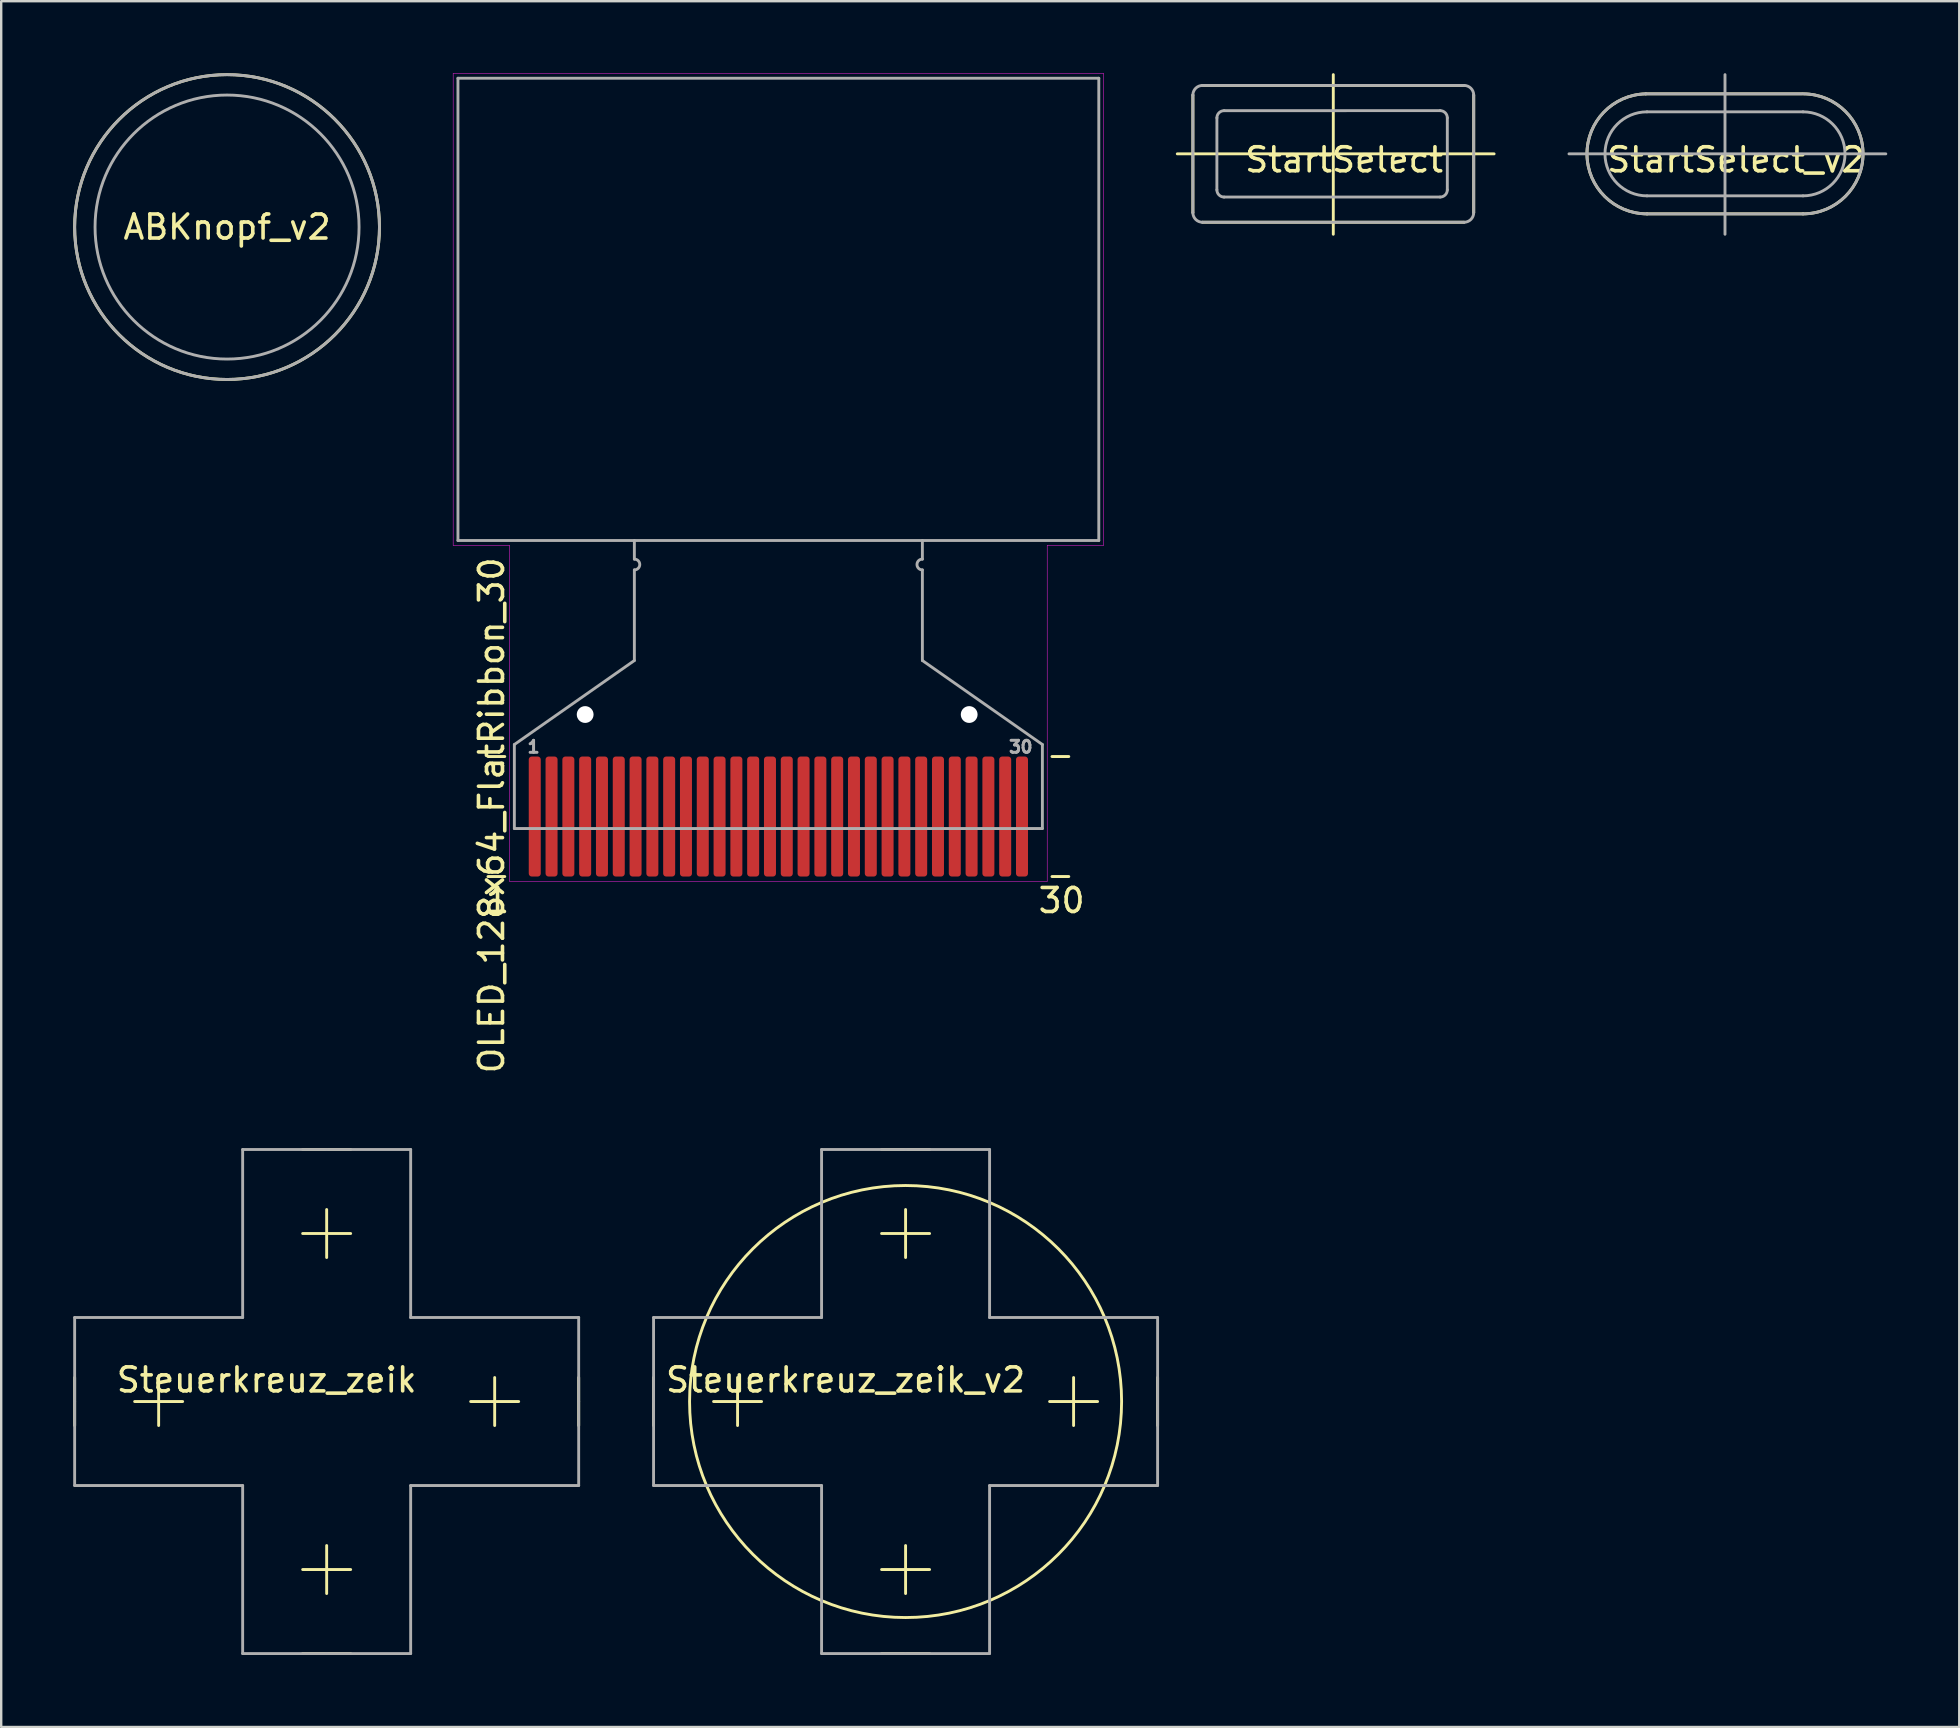
<source format=kicad_pcb>
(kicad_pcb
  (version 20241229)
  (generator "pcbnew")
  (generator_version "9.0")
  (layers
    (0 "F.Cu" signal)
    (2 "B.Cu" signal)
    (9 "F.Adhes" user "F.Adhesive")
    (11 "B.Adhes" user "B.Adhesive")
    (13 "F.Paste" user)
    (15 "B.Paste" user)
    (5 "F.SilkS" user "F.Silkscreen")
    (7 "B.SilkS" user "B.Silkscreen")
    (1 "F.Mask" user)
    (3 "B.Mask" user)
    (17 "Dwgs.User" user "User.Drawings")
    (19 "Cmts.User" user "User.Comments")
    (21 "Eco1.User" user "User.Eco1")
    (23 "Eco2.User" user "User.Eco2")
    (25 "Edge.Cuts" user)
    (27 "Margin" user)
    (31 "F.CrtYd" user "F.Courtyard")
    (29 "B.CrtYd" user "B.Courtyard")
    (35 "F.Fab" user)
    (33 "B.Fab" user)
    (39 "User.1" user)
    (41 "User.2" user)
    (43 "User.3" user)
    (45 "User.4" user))
  (footprint "Steuerkreuz_zeik"
    (layer "F.Cu")
    (at 10.56 55.343)
    (property "Reference" "Steuerkreuz_zeik" (at -2.5 -0.9 0) (layer "F.SilkS") (effects (font (size 1 1) (thickness 0.15))))
    (attr through_hole)
    (fp_line (start -10.5 1) (end -10.5 -1) (stroke (width 0.12) (type solid)) (layer "F.SilkS"))
    (fp_line (start -8 0) (end -6 0) (stroke (width 0.12) (type solid)) (layer "F.SilkS"))
    (fp_line (start -7 -1) (end -7 1) (stroke (width 0.12) (type solid)) (layer "F.SilkS"))
    (fp_line (start -1 -10.5) (end 1 -10.5) (stroke (width 0.12) (type solid)) (layer "F.SilkS"))
    (fp_line (start -1 7) (end 1 7) (stroke (width 0.12) (type solid)) (layer "F.SilkS"))
    (fp_line (start 0 -8) (end 0 -6) (stroke (width 0.12) (type solid)) (layer "F.SilkS"))
    (fp_line (start 0 8) (end 0 6) (stroke (width 0.12) (type solid)) (layer "F.SilkS"))
    (fp_line (start 1 -7) (end -1 -7) (stroke (width 0.12) (type solid)) (layer "F.SilkS"))
    (fp_line (start 1 10.5) (end -1 10.5) (stroke (width 0.12) (type solid)) (layer "F.SilkS"))
    (fp_line (start 7 1) (end 7 -1) (stroke (width 0.12) (type solid)) (layer "F.SilkS"))
    (fp_line (start 8 0) (end 6 0) (stroke (width 0.12) (type solid)) (layer "F.SilkS"))
    (fp_line (start 10.5 -1) (end 10.5 1) (stroke (width 0.12) (type solid)) (layer "F.SilkS"))
    (fp_line (start -10.5 -3.5) (end -10.5 0) (stroke (width 0.12) (type solid)) (layer "F.Fab"))
    (fp_line (start -10.5 -3.5) (end -3.5 -3.5) (stroke (width 0.12) (type solid)) (layer "F.Fab"))
    (fp_line (start -10.5 3.5) (end -10.5 0) (stroke (width 0.12) (type solid)) (layer "F.Fab"))
    (fp_line (start -3.5 -10.5) (end 0 -10.5) (stroke (width 0.12) (type solid)) (layer "F.Fab"))
    (fp_line (start -3.5 -3.5) (end -3.5 -10.5) (stroke (width 0.12) (type solid)) (layer "F.Fab"))
    (fp_line (start -3.5 3.5) (end -10.5 3.5) (stroke (width 0.12) (type solid)) (layer "F.Fab"))
    (fp_line (start -3.5 10.5) (end -3.5 3.5) (stroke (width 0.12) (type solid)) (layer "F.Fab"))
    (fp_line (start -3.5 10.5) (end 0 10.5) (stroke (width 0.12) (type solid)) (layer "F.Fab"))
    (fp_line (start 3.5 -10.5) (end 0 -10.5) (stroke (width 0.12) (type solid)) (layer "F.Fab"))
    (fp_line (start 3.5 -10.5) (end 3.5 -3.5) (stroke (width 0.12) (type solid)) (layer "F.Fab"))
    (fp_line (start 3.5 -3.5) (end 10.5 -3.5) (stroke (width 0.12) (type solid)) (layer "F.Fab"))
    (fp_line (start 3.5 3.5) (end 3.5 10.5) (stroke (width 0.12) (type solid)) (layer "F.Fab"))
    (fp_line (start 3.5 10.5) (end 0 10.5) (stroke (width 0.12) (type solid)) (layer "F.Fab"))
    (fp_line (start 10.5 -3.5) (end 10.5 0) (stroke (width 0.12) (type solid)) (layer "F.Fab"))
    (fp_line (start 10.5 3.5) (end 3.5 3.5) (stroke (width 0.12) (type solid)) (layer "F.Fab"))
    (fp_line (start 10.5 3.5) (end 10.5 0) (stroke (width 0.12) (type solid)) (layer "F.Fab")))
  (footprint "OLED_128x64_FlatRibbon_30"
    (layer "F.Cu")
    (at 29.38 31.47)
    (property "Reference" "OLED_128x64_FlatRibbon_30" (at -11.95 -0.55 90) (layer "F.SilkS") (effects (font (size 1 1) (thickness 0.15))))
    (attr smd)
    (fp_line (start -12.1 -3) (end -11.4 -3) (stroke (width 0.12) (type solid)) (layer "F.SilkS"))
    (fp_line (start -12.1 2) (end -11.4 2) (stroke (width 0.12) (type solid)) (layer "F.SilkS"))
    (fp_line (start 11.4 -3) (end 12.1 -3) (stroke (width 0.12) (type solid)) (layer "F.SilkS"))
    (fp_line (start 11.4 2) (end 12.1 2) (stroke (width 0.12) (type solid)) (layer "F.SilkS"))
    (fp_line (start -13.55 -31.46) (end 13.55 -31.46) (stroke (width 0.02) (type solid)) (layer "F.CrtYd"))
    (fp_line (start -13.55 -11.8) (end -13.55 -31.46) (stroke (width 0.02) (type solid)) (layer "F.CrtYd"))
    (fp_line (start -11.2 -11.8) (end -13.55 -11.8) (stroke (width 0.02) (type solid)) (layer "F.CrtYd"))
    (fp_line (start -11.2 2.2) (end -11.2 -11.8) (stroke (width 0.02) (type solid)) (layer "F.CrtYd"))
    (fp_line (start 11.2 -11.8) (end 11.2 2.2) (stroke (width 0.02) (type solid)) (layer "F.CrtYd"))
    (fp_line (start 11.2 2.2) (end -11.2 2.2) (stroke (width 0.02) (type solid)) (layer "F.CrtYd"))
    (fp_line (start 13.55 -11.8) (end 11.2 -11.8) (stroke (width 0.02) (type solid)) (layer "F.CrtYd"))
    (fp_line (start 13.55 -11.8) (end 13.55 -31.46) (stroke (width 0.02) (type solid)) (layer "F.CrtYd"))
    (fp_line (start -13.35 -31.26) (end 13.35 -31.26) (stroke (width 0.12) (type solid)) (layer "F.Fab"))
    (fp_line (start -13.35 -12) (end -13.35 -31.26) (stroke (width 0.12) (type solid)) (layer "F.Fab"))
    (fp_line (start -13.35 -12) (end 13.35 -12) (stroke (width 0.12) (type solid)) (layer "F.Fab"))
    (fp_line (start -11 -3.5) (end -6 -7) (stroke (width 0.12) (type solid)) (layer "F.Fab"))
    (fp_line (start -11 0) (end -11 -3.5) (stroke (width 0.12) (type solid)) (layer "F.Fab"))
    (fp_line (start -6 -11.224) (end -6 -12) (stroke (width 0.12) (type solid)) (layer "F.Fab"))
    (fp_line (start -6 -7) (end -6 -10.776) (stroke (width 0.12) (type solid)) (layer "F.Fab"))
    (fp_line (start 6 -11.224) (end 6 -12) (stroke (width 0.12) (type solid)) (layer "F.Fab"))
    (fp_line (start 6 -7) (end 6 -10.776) (stroke (width 0.12) (type solid)) (layer "F.Fab"))
    (fp_line (start 11 -3.5) (end 6 -7) (stroke (width 0.12) (type solid)) (layer "F.Fab"))
    (fp_line (start 11 0) (end -11 0) (stroke (width 0.12) (type solid)) (layer "F.Fab"))
    (fp_line (start 11 0) (end 11 -3.5) (stroke (width 0.12) (type solid)) (layer "F.Fab"))
    (fp_line (start 13.35 -12) (end 13.35 -31.26) (stroke (width 0.12) (type solid)) (layer "F.Fab"))
    (fp_arc (start -6 -11.225) (mid -5.775 -11) (end -6 -10.775) (stroke (width 0.12) (type solid)) (layer "F.Fab"))
    (fp_arc (start 6 -10.775) (mid 5.775 -11) (end 6 -11.225) (stroke (width 0.12) (type solid)) (layer "F.Fab"))
    (fp_text user "1" (at -11.7 3 0) (layer "F.SilkS") (effects (font (size 1 1) (thickness 0.15))))
    (fp_text user "30" (at 11.8 3 0) (layer "F.SilkS") (effects (font (size 1 1) (thickness 0.15))))
    (fp_text user "1" (at -10.2 -3.4 0) (layer "F.Fab") (effects (font (size 0.5 0.5) (thickness 0.125))))
    (fp_text user "30" (at 10.1 -3.4 0) (layer "F.Fab") (effects (font (size 0.5 0.5) (thickness 0.125))))
    (pad "" np_thru_hole circle (at -8.05 -4.75) (size 0.7 0.7) (drill 0.7) (layers "*.Cu" "*.Mask"))
    (pad "" np_thru_hole circle (at 7.95 -4.75) (size 0.7 0.7) (drill 0.7) (layers "*.Cu" "*.Mask"))
    (pad "1" smd roundrect (at -10.15 -0.5) (size 0.5 5) (layers "F.Cu" "F.Mask" "F.Paste") (roundrect_rratio 0.25))
    (pad "2" smd roundrect (at -9.45 -0.5) (size 0.5 5) (layers "F.Cu" "F.Mask" "F.Paste") (roundrect_rratio 0.25))
    (pad "3" smd roundrect (at -8.75 -0.5) (size 0.5 5) (layers "F.Cu" "F.Mask" "F.Paste") (roundrect_rratio 0.25))
    (pad "4" smd roundrect (at -8.05 -0.5) (size 0.5 5) (layers "F.Cu" "F.Mask" "F.Paste") (roundrect_rratio 0.25))
    (pad "5" smd roundrect (at -7.35 -0.5) (size 0.5 5) (layers "F.Cu" "F.Mask" "F.Paste") (roundrect_rratio 0.25))
    (pad "6" smd roundrect (at -6.65 -0.5) (size 0.5 5) (layers "F.Cu" "F.Mask" "F.Paste") (roundrect_rratio 0.25))
    (pad "7" smd roundrect (at -5.95 -0.5) (size 0.5 5) (layers "F.Cu" "F.Mask" "F.Paste") (roundrect_rratio 0.25))
    (pad "8" smd roundrect (at -5.25 -0.5) (size 0.5 5) (layers "F.Cu" "F.Mask" "F.Paste") (roundrect_rratio 0.25))
    (pad "9" smd roundrect (at -4.55 -0.5) (size 0.5 5) (layers "F.Cu" "F.Mask" "F.Paste") (roundrect_rratio 0.25))
    (pad "10" smd roundrect (at -3.85 -0.5) (size 0.5 5) (layers "F.Cu" "F.Mask" "F.Paste") (roundrect_rratio 0.25))
    (pad "11" smd roundrect (at -3.15 -0.5) (size 0.5 5) (layers "F.Cu" "F.Mask" "F.Paste") (roundrect_rratio 0.25))
    (pad "12" smd roundrect (at -2.45 -0.5) (size 0.5 5) (layers "F.Cu" "F.Mask" "F.Paste") (roundrect_rratio 0.25))
    (pad "13" smd roundrect (at -1.75 -0.5) (size 0.5 5) (layers "F.Cu" "F.Mask" "F.Paste") (roundrect_rratio 0.25))
    (pad "14" smd roundrect (at -1.05 -0.5) (size 0.5 5) (layers "F.Cu" "F.Mask" "F.Paste") (roundrect_rratio 0.25))
    (pad "15" smd roundrect (at -0.35 -0.5) (size 0.5 5) (layers "F.Cu" "F.Mask" "F.Paste") (roundrect_rratio 0.25))
    (pad "16" smd roundrect (at 0.35 -0.5) (size 0.5 5) (layers "F.Cu" "F.Mask" "F.Paste") (roundrect_rratio 0.25))
    (pad "17" smd roundrect (at 1.05 -0.5) (size 0.5 5) (layers "F.Cu" "F.Mask" "F.Paste") (roundrect_rratio 0.25))
    (pad "18" smd roundrect (at 1.75 -0.5) (size 0.5 5) (layers "F.Cu" "F.Mask" "F.Paste") (roundrect_rratio 0.25))
    (pad "19" smd roundrect (at 2.45 -0.5) (size 0.5 5) (layers "F.Cu" "F.Mask" "F.Paste") (roundrect_rratio 0.25))
    (pad "20" smd roundrect (at 3.15 -0.5) (size 0.5 5) (layers "F.Cu" "F.Mask" "F.Paste") (roundrect_rratio 0.25))
    (pad "21" smd roundrect (at 3.85 -0.5) (size 0.5 5) (layers "F.Cu" "F.Mask" "F.Paste") (roundrect_rratio 0.25))
    (pad "22" smd roundrect (at 4.55 -0.5) (size 0.5 5) (layers "F.Cu" "F.Mask" "F.Paste") (roundrect_rratio 0.25))
    (pad "23" smd roundrect (at 5.25 -0.5) (size 0.5 5) (layers "F.Cu" "F.Mask" "F.Paste") (roundrect_rratio 0.25))
    (pad "24" smd roundrect (at 5.95 -0.5) (size 0.5 5) (layers "F.Cu" "F.Mask" "F.Paste") (roundrect_rratio 0.25))
    (pad "25" smd roundrect (at 6.65 -0.5) (size 0.5 5) (layers "F.Cu" "F.Mask" "F.Paste") (roundrect_rratio 0.25))
    (pad "26" smd roundrect (at 7.35 -0.5) (size 0.5 5) (layers "F.Cu" "F.Mask" "F.Paste") (roundrect_rratio 0.25))
    (pad "27" smd roundrect (at 8.05 -0.5) (size 0.5 5) (layers "F.Cu" "F.Mask" "F.Paste") (roundrect_rratio 0.25))
    (pad "28" smd roundrect (at 8.75 -0.5) (size 0.5 5) (layers "F.Cu" "F.Mask" "F.Paste") (roundrect_rratio 0.25))
    (pad "29" smd roundrect (at 9.45 -0.5) (size 0.5 5) (layers "F.Cu" "F.Mask" "F.Paste") (roundrect_rratio 0.25))
    (pad "30" smd roundrect (at 10.15 -0.5) (size 0.5 5) (layers "F.Cu" "F.Mask" "F.Paste") (roundrect_rratio 0.25)))
  (footprint "StartSelect_v2"
    (layer "F.Cu")
    (at 68.82 3.36)
    (property "Reference" "StartSelect_v2" (at 0.45 0.25 0) (layer "F.SilkS") (effects (font (size 1 1) (thickness 0.15))))
    (attr exclude_from_pos_files exclude_from_bom)
    (fp_line (start -3.3 -2.5) (end 3.2 -2.5) (stroke (width 0.12) (type solid)) (layer "F.SilkS"))
    (fp_line (start -3.25 2.5) (end 3.25 2.5) (stroke (width 0.12) (type solid)) (layer "F.SilkS"))
    (fp_arc (start -3.248003 2.500499) (mid -5.750365 0.026) (end -3.3 -2.5) (stroke (width 0.12) (type solid)) (layer "F.SilkS"))
    (fp_arc (start 3.25 -2.5005) (mid 5.7505 0) (end 3.25 2.5005) (stroke (width 0.12) (type solid)) (layer "F.SilkS"))
    (fp_line (start -6.5 0) (end 6.7 0) (stroke (width 0.12) (type solid)) (layer "F.Fab"))
    (fp_line (start -3.3 -2.5) (end 3.2 -2.5) (stroke (width 0.12) (type solid)) (layer "F.Fab"))
    (fp_line (start -3.25 -1.75) (end 3.25 -1.75) (stroke (width 0.12) (type solid)) (layer "F.Fab"))
    (fp_line (start -3.25 1.75) (end 3.25 1.75) (stroke (width 0.12) (type solid)) (layer "F.Fab"))
    (fp_line (start -3.25 2.501) (end 3.25 2.501) (stroke (width 0.12) (type solid)) (layer "F.Fab"))
    (fp_line (start 0 -3.3) (end 0 3.35) (stroke (width 0.12) (type solid)) (layer "F.Fab"))
    (fp_arc (start -3.25 1.75) (mid -5 0) (end -3.25 -1.75) (stroke (width 0.12) (type solid)) (layer "F.Fab"))
    (fp_arc (start -3.25 2.5005) (mid -5.750375 0.025001) (end -3.3 -2.5) (stroke (width 0.12) (type solid)) (layer "F.Fab"))
    (fp_arc (start 3.25 -2.5005) (mid 5.7505 0) (end 3.25 2.5005) (stroke (width 0.12) (type solid)) (layer "F.Fab"))
    (fp_arc (start 3.25 -1.75) (mid 5 0) (end 3.25 1.75) (stroke (width 0.12) (type solid)) (layer "F.Fab")))
  (footprint "Steuerkreuz_zeik_v2"
    (layer "F.Cu")
    (at 34.68 55.343)
    (property "Reference" "Steuerkreuz_zeik_v2" (at -2.5 -0.9 0) (layer "F.SilkS") (effects (font (size 1 1) (thickness 0.15))))
    (attr exclude_from_pos_files exclude_from_bom)
    (fp_line (start -10.5 1) (end -10.5 -1) (stroke (width 0.12) (type solid)) (layer "F.SilkS"))
    (fp_line (start -8 0) (end -6 0) (stroke (width 0.12) (type solid)) (layer "F.SilkS"))
    (fp_line (start -7 -1) (end -7 1) (stroke (width 0.12) (type solid)) (layer "F.SilkS"))
    (fp_line (start -1 -10.5) (end 1 -10.5) (stroke (width 0.12) (type solid)) (layer "F.SilkS"))
    (fp_line (start -1 7) (end 1 7) (stroke (width 0.12) (type solid)) (layer "F.SilkS"))
    (fp_line (start 0 -8) (end 0 -6) (stroke (width 0.12) (type solid)) (layer "F.SilkS"))
    (fp_line (start 0 8) (end 0 6) (stroke (width 0.12) (type solid)) (layer "F.SilkS"))
    (fp_line (start 1 -7) (end -1 -7) (stroke (width 0.12) (type solid)) (layer "F.SilkS"))
    (fp_line (start 1 10.5) (end -1 10.5) (stroke (width 0.12) (type solid)) (layer "F.SilkS"))
    (fp_line (start 7 1) (end 7 -1) (stroke (width 0.12) (type solid)) (layer "F.SilkS"))
    (fp_line (start 8 0) (end 6 0) (stroke (width 0.12) (type solid)) (layer "F.SilkS"))
    (fp_line (start 10.5 -1) (end 10.5 1) (stroke (width 0.12) (type solid)) (layer "F.SilkS"))
    (fp_circle (center 0 0) (end 9 0) (stroke (width 0.12) (type solid)) (fill no) (layer "F.SilkS"))
    (fp_line (start -10.5 -3.5) (end -10.5 0) (stroke (width 0.12) (type solid)) (layer "F.Fab"))
    (fp_line (start -10.5 -3.5) (end -3.5 -3.5) (stroke (width 0.12) (type solid)) (layer "F.Fab"))
    (fp_line (start -10.5 3.5) (end -10.5 0) (stroke (width 0.12) (type solid)) (layer "F.Fab"))
    (fp_line (start -3.5 -10.5) (end 0 -10.5) (stroke (width 0.12) (type solid)) (layer "F.Fab"))
    (fp_line (start -3.5 -3.5) (end -3.5 -10.5) (stroke (width 0.12) (type solid)) (layer "F.Fab"))
    (fp_line (start -3.5 3.5) (end -10.5 3.5) (stroke (width 0.12) (type solid)) (layer "F.Fab"))
    (fp_line (start -3.5 10.5) (end -3.5 3.5) (stroke (width 0.12) (type solid)) (layer "F.Fab"))
    (fp_line (start -3.5 10.5) (end 0 10.5) (stroke (width 0.12) (type solid)) (layer "F.Fab"))
    (fp_line (start 3.5 -10.5) (end 0 -10.5) (stroke (width 0.12) (type solid)) (layer "F.Fab"))
    (fp_line (start 3.5 -10.5) (end 3.5 -3.5) (stroke (width 0.12) (type solid)) (layer "F.Fab"))
    (fp_line (start 3.5 -3.5) (end 10.5 -3.5) (stroke (width 0.12) (type solid)) (layer "F.Fab"))
    (fp_line (start 3.5 3.5) (end 3.5 10.5) (stroke (width 0.12) (type solid)) (layer "F.Fab"))
    (fp_line (start 3.5 10.5) (end 0 10.5) (stroke (width 0.12) (type solid)) (layer "F.Fab"))
    (fp_line (start 10.5 -3.5) (end 10.5 0) (stroke (width 0.12) (type solid)) (layer "F.Fab"))
    (fp_line (start 10.5 3.5) (end 3.5 3.5) (stroke (width 0.12) (type solid)) (layer "F.Fab"))
    (fp_line (start 10.5 3.5) (end 10.5 0) (stroke (width 0.12) (type solid)) (layer "F.Fab")))
  (footprint "StartSelect"
    (layer "F.Cu")
    (at 52.5 3.36)
    (property "Reference" "StartSelect" (at 0.45 0.25 0) (layer "F.SilkS") (effects (font (size 1 1) (thickness 0.15))))
    (attr through_hole)
    (fp_line (start -6.5 0) (end 6.7 0) (stroke (width 0.12) (type solid)) (layer "F.SilkS"))
    (fp_line (start -5.85 2.45) (end -5.85 -2.45) (stroke (width 0.12) (type solid)) (layer "F.SilkS"))
    (fp_line (start -5.45 -2.85) (end 5.45 -2.85) (stroke (width 0.12) (type solid)) (layer "F.SilkS"))
    (fp_line (start -5.45 2.85) (end 5.45 2.85) (stroke (width 0.12) (type solid)) (layer "F.SilkS"))
    (fp_line (start 0 -3.3) (end 0 3.35) (stroke (width 0.12) (type solid)) (layer "F.SilkS"))
    (fp_line (start 5.85 2.45) (end 5.85 -2.45) (stroke (width 0.12) (type solid)) (layer "F.SilkS"))
    (fp_line (start -5.85 2.45) (end -5.85 -2.45) (stroke (width 0.12) (type solid)) (layer "F.Fab"))
    (fp_line (start -5.45 -2.85) (end 5.45 -2.85) (stroke (width 0.12) (type solid)) (layer "F.Fab"))
    (fp_line (start -5.45 2.85) (end 5.45 2.85) (stroke (width 0.12) (type solid)) (layer "F.Fab"))
    (fp_line (start -4.849 -1.499) (end -4.85 1.5) (stroke (width 0.12) (type solid)) (layer "F.Fab"))
    (fp_line (start -4.55 1.8) (end 4.451 1.8) (stroke (width 0.12) (type solid)) (layer "F.Fab"))
    (fp_line (start -4.549 -1.799) (end 4.451 -1.8) (stroke (width 0.12) (type solid)) (layer "F.Fab"))
    (fp_line (start 4.751 -1.5) (end 4.751 1.5) (stroke (width 0.12) (type solid)) (layer "F.Fab"))
    (fp_line (start 5.85 2.45) (end 5.85 -2.45) (stroke (width 0.12) (type solid)) (layer "F.Fab"))
    (fp_arc (start -5.85 -2.45) (mid -5.732843 -2.732843) (end -5.45 -2.85) (stroke (width 0.12) (type solid)) (layer "F.Fab"))
    (fp_arc (start -5.45 2.85) (mid -5.732843 2.732843) (end -5.85 2.45) (stroke (width 0.12) (type solid)) (layer "F.Fab"))
    (fp_arc (start -4.84906 -1.498758) (mid -4.761192 -1.71089) (end -4.54906 -1.798758) (stroke (width 0.12) (type solid)) (layer "F.Fab"))
    (fp_arc (start -4.549551 1.80006) (mid -4.761683 1.712192) (end -4.849551 1.50006) (stroke (width 0.12) (type solid)) (layer "F.Fab"))
    (fp_arc (start 4.450806 -1.800105) (mid 4.662938 -1.712237) (end 4.750806 -1.500105) (stroke (width 0.12) (type solid)) (layer "F.Fab"))
    (fp_arc (start 4.750525 1.500091) (mid 4.662657 1.712223) (end 4.450525 1.800091) (stroke (width 0.12) (type solid)) (layer "F.Fab"))
    (fp_arc (start 5.45 -2.85) (mid 5.732843 -2.732843) (end 5.85 -2.45) (stroke (width 0.12) (type solid)) (layer "F.Fab"))
    (fp_arc (start 5.85 2.45) (mid 5.732843 2.732843) (end 5.45 2.85) (stroke (width 0.12) (type solid)) (layer "F.Fab")))
  (footprint "ABKnopf_v2"
    (layer "F.Cu")
    (at 6.41 6.41)
    (property "Reference" "ABKnopf_v2" (at 0 0 0) (layer "F.SilkS") (effects (font (size 1 1) (thickness 0.15))))
    (attr exclude_from_pos_files exclude_from_bom)
    (fp_circle (center 0 0) (end 6.35 0) (stroke (width 0.12) (type solid)) (fill no) (layer "F.SilkS"))
    (fp_circle (center 0 0) (end 5.5 0) (stroke (width 0.12) (type solid)) (fill no) (layer "F.Fab"))
    (fp_circle (center 0 0) (end 6.35 0) (stroke (width 0.12) (type solid)) (fill no) (layer "F.Fab")))
  (gr_rect
    (start -3 -3)
    (end 78.58 68.903)
    (stroke (width 0.1) (type default))
    (fill no)
    (layer "Edge.Cuts")))
</source>
